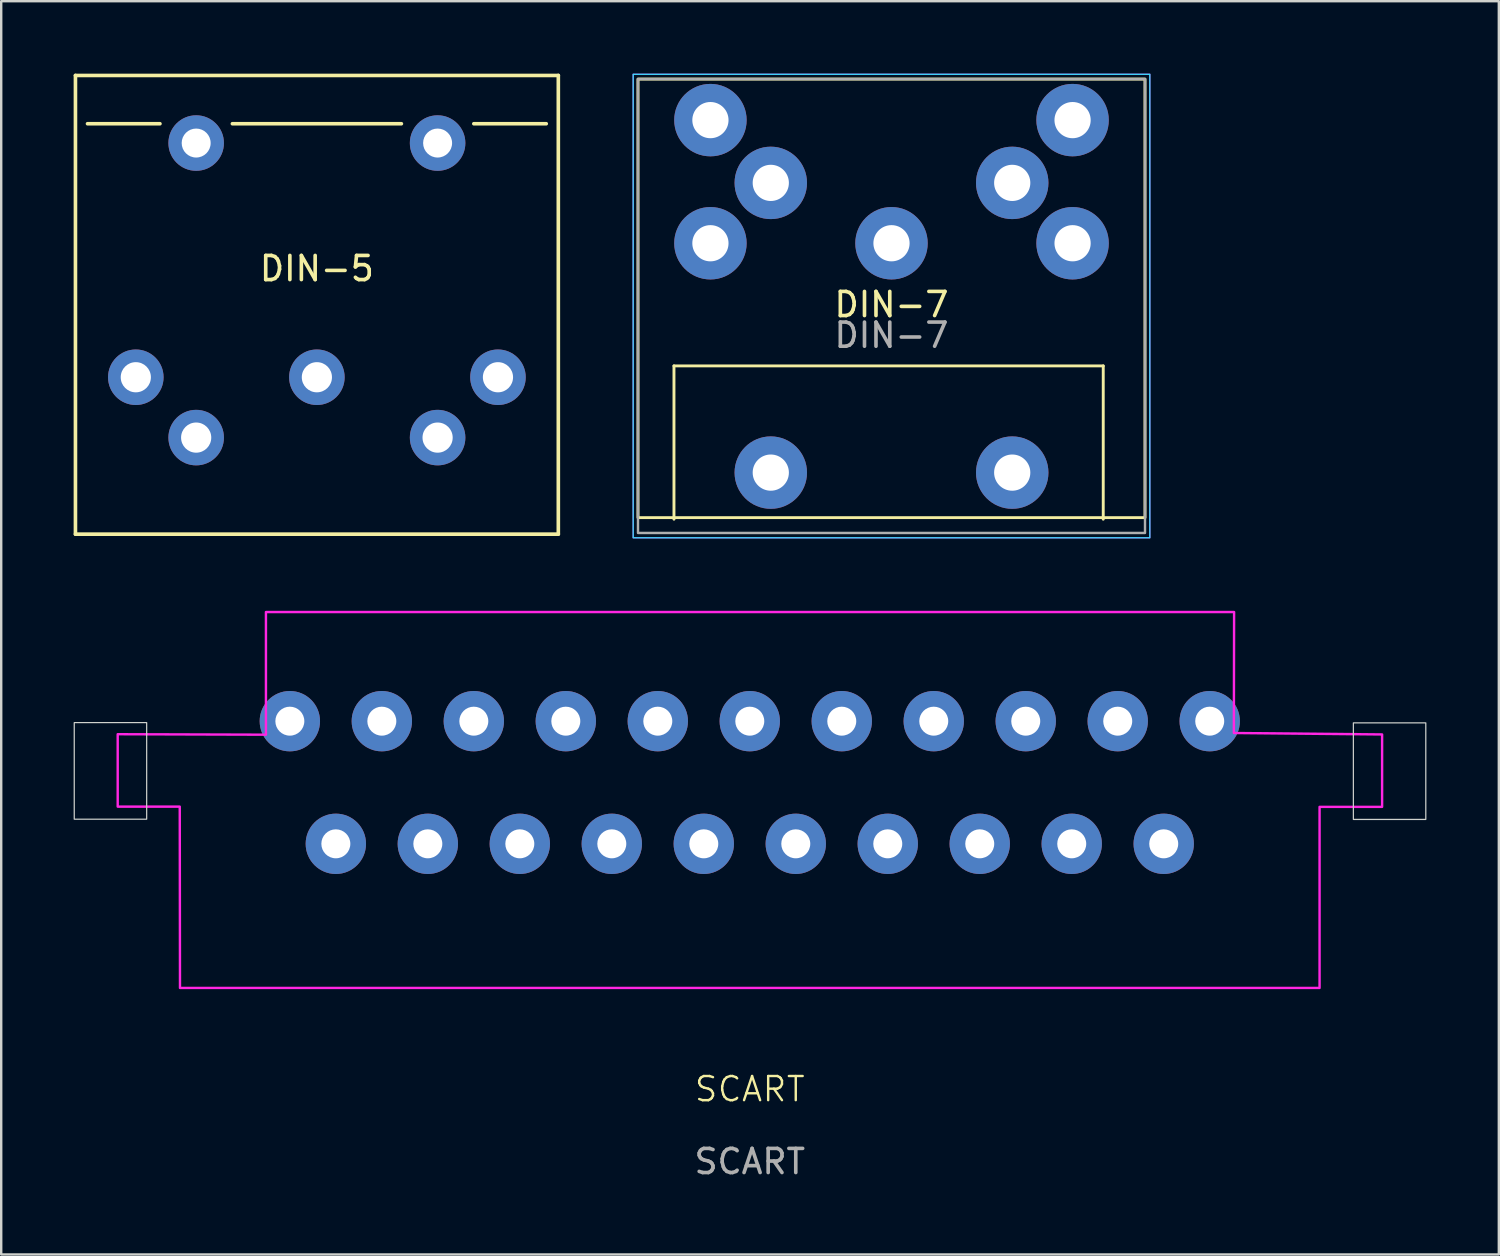
<source format=kicad_pcb>
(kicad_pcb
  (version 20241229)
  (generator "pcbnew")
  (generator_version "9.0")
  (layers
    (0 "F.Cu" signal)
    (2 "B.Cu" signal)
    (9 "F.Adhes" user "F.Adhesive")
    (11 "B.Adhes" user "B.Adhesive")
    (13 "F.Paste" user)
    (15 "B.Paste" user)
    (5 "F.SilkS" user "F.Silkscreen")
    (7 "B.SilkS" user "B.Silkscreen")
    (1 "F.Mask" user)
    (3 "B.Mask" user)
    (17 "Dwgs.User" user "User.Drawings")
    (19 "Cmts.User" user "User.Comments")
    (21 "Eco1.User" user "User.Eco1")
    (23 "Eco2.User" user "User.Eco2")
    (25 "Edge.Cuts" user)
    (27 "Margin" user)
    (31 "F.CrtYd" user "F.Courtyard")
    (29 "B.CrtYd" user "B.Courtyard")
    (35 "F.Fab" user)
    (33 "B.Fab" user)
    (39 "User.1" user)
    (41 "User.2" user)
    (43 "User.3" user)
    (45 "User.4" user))
  (footprint "DIN-5"
    (layer "F.Cu")
    (at 10.075 12.575)
    (property "Reference" "DIN-5" (at 0 -4.5 180) (layer "F.SilkS") (effects (font (size 1 1) (thickness 0.15))))
    (attr through_hole)
    (fp_line (start -10 -12.5) (end -10 6.5) (stroke (width 0.15) (type solid)) (layer "F.SilkS"))
    (fp_line (start -10 6.5) (end 10 6.5) (stroke (width 0.15) (type solid)) (layer "F.SilkS"))
    (fp_line (start -9.5 -10.5) (end -6.5 -10.5) (stroke (width 0.15) (type solid)) (layer "F.SilkS"))
    (fp_line (start -3.5 -10.5) (end 3.5 -10.5) (stroke (width 0.15) (type solid)) (layer "F.SilkS"))
    (fp_line (start 6.5 -10.5) (end 9.5 -10.5) (stroke (width 0.15) (type solid)) (layer "F.SilkS"))
    (fp_line (start 10 -12.5) (end -10 -12.5) (stroke (width 0.15) (type solid)) (layer "F.SilkS"))
    (fp_line (start 10 6.5) (end 10 -12.5) (stroke (width 0.15) (type solid)) (layer "F.SilkS"))
    (pad "" thru_hole circle (at -5 -9.7) (size 2.3 2.3) (drill 1.2) (layers "*.Cu" "*.Mask"))
    (pad "" thru_hole circle (at 5 -9.7) (size 2.3 2.3) (drill 1.2) (layers "*.Cu" "*.Mask"))
    (pad "1" thru_hole circle (at -7.5 0) (size 2.3 2.3) (drill 1.25) (layers "*.Cu" "*.Mask"))
    (pad "2" thru_hole circle (at -5 2.5) (size 2.3 2.3) (drill 1.25) (layers "*.Cu" "*.Mask"))
    (pad "3" thru_hole circle (at 0 0) (size 2.3 2.3) (drill 1.25) (layers "*.Cu" "*.Mask"))
    (pad "4" thru_hole circle (at 5 2.5) (size 2.3 2.3) (drill 1.25) (layers "*.Cu" "*.Mask"))
    (pad "5" thru_hole circle (at 7.5 0 90) (size 2.3 2.3) (drill 1.25) (layers "*.Cu" "*.Mask")))
  (footprint "DIN-7"
    (layer "F.Cu")
    (at 41.375 7.025)
    (property "Reference" "DIN-7" (at -7.5 2.54 0) (unlocked yes) (layer "F.SilkS") (effects (font (size 1 1) (thickness 0.15))))
    (attr through_hole)
    (fp_line (start -16.51 5.08) (end 1.27 5.08) (stroke (width 0.12) (type default)) (layer "F.SilkS"))
    (fp_line (start -16.51 11.43) (end -16.51 5.08) (stroke (width 0.12) (type default)) (layer "F.SilkS"))
    (fp_line (start 1.27 5.08) (end 1.27 11.43) (stroke (width 0.12) (type default)) (layer "F.SilkS"))
    (fp_rect (start -18 -6.8) (end 3 11.365) (stroke (width 0.12) (type default)) (fill no) (layer "F.SilkS"))
    (fp_rect (start -18.2 -7) (end 3.2 12.2) (stroke (width 0.05) (type default)) (fill no) (layer "B.CrtYd"))
    (fp_rect (start -18.2 -7) (end 3.2 12.2) (stroke (width 0.05) (type default)) (fill no) (layer "F.CrtYd"))
    (fp_rect (start -18 -6.8) (end 3 12) (stroke (width 0.1) (type default)) (fill no) (layer "F.Fab"))
    (fp_text user "${REFERENCE}" (at -7.5 3.81 0) (unlocked yes) (layer "F.Fab") (effects (font (size 1 1) (thickness 0.15))))
    (pad "0" thru_hole circle (at -12.5 9.5) (size 3 3) (drill 1.5) (layers "*.Cu" "*.Mask"))
    (pad "0" thru_hole circle (at -2.5 9.5) (size 3 3) (drill 1.5) (layers "*.Cu" "*.Mask"))
    (pad "1" thru_hole circle (at 0 0) (size 3 3) (drill 1.5) (layers "*.Cu" "*.Mask"))
    (pad "2" thru_hole circle (at -7.5 0) (size 3 3) (drill 1.5) (layers "*.Cu" "*.Mask"))
    (pad "3" thru_hole circle (at -15 0) (size 3 3) (drill 1.5) (layers "*.Cu" "*.Mask"))
    (pad "4" thru_hole circle (at -2.5 -2.5) (size 3 3) (drill 1.5) (layers "*.Cu" "*.Mask"))
    (pad "5" thru_hole circle (at -12.5 -2.5) (size 3 3) (drill 1.5) (layers "*.Cu" "*.Mask"))
    (pad "6" thru_hole circle (at 0 -5.1) (size 3 3) (drill 1.5) (layers "*.Cu" "*.Mask"))
    (pad "7" thru_hole circle (at -15 -5.1) (size 3 3) (drill 1.5) (layers "*.Cu" "*.Mask")))
  (footprint "SCART"
    (layer "F.Cu")
    (at 28.005 36.98)
    (property "Reference" "SCART" (at 0 5.08 0) (unlocked yes) (layer "F.SilkS") (effects (font (size 1 1) (thickness 0.1))))
    (attr through_hole)
    (fp_rect (start -27.98 -10.1) (end -24.98 -6.1) (stroke (width 0.05) (type solid)) (fill no) (layer "Edge.Cuts"))
    (fp_rect (start 25 -10.09) (end 28 -6.09) (stroke (width 0.05) (type solid)) (fill no) (layer "Edge.Cuts"))
    (fp_poly (pts (xy 20.06 -14.68) (xy -20.04 -14.68) (xy -20.04 -9.6) (xy -26.18 -9.62) (xy -26.18 -6.62) (xy -23.61 -6.62) (xy -23.6 0.89) (xy 23.6 0.89) (xy 23.6 -6.61) (xy 26.19 -6.61) (xy 26.19 -9.61) (xy 20.05 -9.67)) (stroke (width 0.1) (type solid)) (fill no) (layer "F.CrtYd"))
    (fp_text user "${REFERENCE}" (at 0 8.08 0) (unlocked yes) (layer "F.Fab") (effects (font (size 1 1) (thickness 0.15))))
    (pad "1" thru_hole circle (at 19.05 -10.16) (size 2.5 2.5) (drill 1.2) (layers "*.Cu" "*.Mask"))
    (pad "2" thru_hole circle (at 17.145 -5.08) (size 2.5 2.5) (drill 1.2) (layers "*.Cu" "*.Mask"))
    (pad "3" thru_hole circle (at 15.24 -10.16) (size 2.5 2.5) (drill 1.2) (layers "*.Cu" "*.Mask"))
    (pad "4" thru_hole circle (at 13.335 -5.08) (size 2.5 2.5) (drill 1.2) (layers "*.Cu" "*.Mask"))
    (pad "5" thru_hole circle (at 11.43 -10.16) (size 2.5 2.5) (drill 1.2) (layers "*.Cu" "*.Mask"))
    (pad "6" thru_hole circle (at 9.525 -5.08) (size 2.5 2.5) (drill 1.2) (layers "*.Cu" "*.Mask"))
    (pad "7" thru_hole circle (at 7.62 -10.16) (size 2.5 2.5) (drill 1.2) (layers "*.Cu" "*.Mask"))
    (pad "8" thru_hole circle (at 5.715 -5.08) (size 2.5 2.5) (drill 1.2) (layers "*.Cu" "*.Mask"))
    (pad "9" thru_hole circle (at 3.81 -10.16) (size 2.5 2.5) (drill 1.2) (layers "*.Cu" "*.Mask"))
    (pad "10" thru_hole circle (at 1.905 -5.08) (size 2.5 2.5) (drill 1.2) (layers "*.Cu" "*.Mask"))
    (pad "11" thru_hole circle (at 0 -10.16) (size 2.5 2.5) (drill 1.2) (layers "*.Cu" "*.Mask"))
    (pad "12" thru_hole circle (at -1.905 -5.08) (size 2.5 2.5) (drill 1.2) (layers "*.Cu" "*.Mask"))
    (pad "13" thru_hole circle (at -3.81 -10.16) (size 2.5 2.5) (drill 1.2) (layers "*.Cu" "*.Mask"))
    (pad "14" thru_hole circle (at -5.715 -5.08) (size 2.5 2.5) (drill 1.2) (layers "*.Cu" "*.Mask"))
    (pad "15" thru_hole circle (at -7.62 -10.16) (size 2.5 2.5) (drill 1.2) (layers "*.Cu" "*.Mask"))
    (pad "16" thru_hole circle (at -9.525 -5.08) (size 2.5 2.5) (drill 1.2) (layers "*.Cu" "*.Mask"))
    (pad "17" thru_hole circle (at -11.43 -10.16) (size 2.5 2.5) (drill 1.2) (layers "*.Cu" "*.Mask"))
    (pad "18" thru_hole circle (at -13.335 -5.08) (size 2.5 2.5) (drill 1.2) (layers "*.Cu" "*.Mask"))
    (pad "19" thru_hole circle (at -15.24 -10.16) (size 2.5 2.5) (drill 1.2) (layers "*.Cu" "*.Mask"))
    (pad "20" thru_hole circle (at -17.145 -5.08) (size 2.5 2.5) (drill 1.2) (layers "*.Cu" "*.Mask"))
    (pad "21" thru_hole circle (at -19.05 -10.16) (size 2.5 2.5) (drill 1.2) (layers "*.Cu" "*.Mask")))
  (gr_rect
    (start -3 -3)
    (end 59.03 48.908)
    (stroke (width 0.1) (type default))
    (fill no)
    (layer "Edge.Cuts")))
</source>
